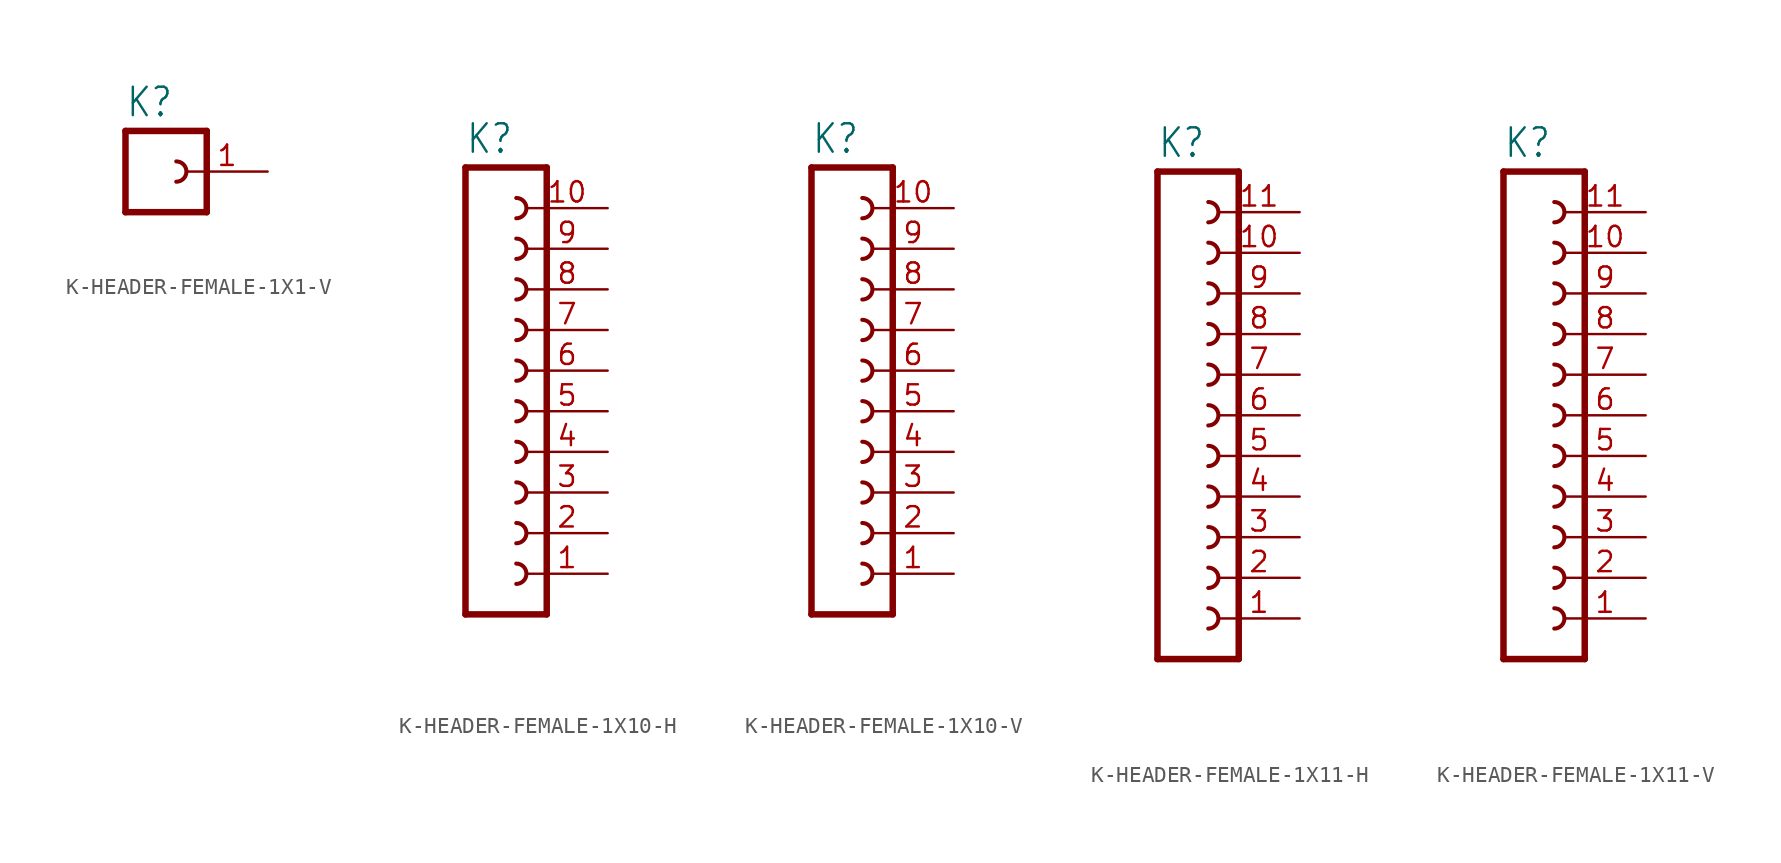
<source format=kicad_sym>
(kicad_symbol_lib
  (version 20231120)
  (generator "kicad_symbol_editor")
  (generator_version "8.0")
  (symbol "K-HEADER-FEMALE-1X1-V"
    (property "Reference" "K"
      (at -1.27 3.302 0)
      (effects (font (size 1.778 1.511)) (justify left bottom)))
    (property "Value" ""
      (at -1.27 -5.08 0)
      (effects (font (size 1.778 1.511)) (justify left bottom)))
    (property "ki_locked" ""
      (at 0 0 0)
      (effects (font (size 1.27 1.27))))
    (symbol "K-HEADER-FEMALE-1X1-V_1_0"
      (polyline (pts (xy -1.27 2.54) (xy -1.27 -2.54)) (stroke (width 0.406) (type solid)) (fill (type none)))
      (polyline (pts (xy -1.27 2.54) (xy 3.81 2.54)) (stroke (width 0.406) (type solid)) (fill (type none)))
      (polyline (pts (xy 3.81 -2.54) (xy -1.27 -2.54)) (stroke (width 0.406) (type solid)) (fill (type none)))
      (polyline (pts (xy 3.81 -2.54) (xy 3.81 2.54)) (stroke (width 0.406) (type solid)) (fill (type none)))
      (arc (start 1.905 -0.635) (mid 2.54 0) (end 1.905 0.635) (stroke (width 0.254) (type solid)) (fill (type none)))
      (pin passive line (at 7.62 0 180) (length 5.08) (name "1" (effects (font (size 0 0)))) (number "1" (effects (font (size 1.27 1.27)))))))
  (symbol "K-HEADER-FEMALE-1X10-H"
    (property "Reference" "K"
      (at -1.27 21.082 0)
      (effects (font (size 1.778 1.511)) (justify left bottom)))
    (property "Value" ""
      (at -1.27 -10.16 0)
      (effects (font (size 1.778 1.511)) (justify left bottom)))
    (property "ki_locked" ""
      (at 0 0 0)
      (effects (font (size 1.27 1.27))))
    (symbol "K-HEADER-FEMALE-1X10-H_1_0"
      (polyline (pts (xy -1.27 20.32) (xy -1.27 -7.62)) (stroke (width 0.406) (type solid)) (fill (type none)))
      (polyline (pts (xy -1.27 20.32) (xy 3.81 20.32)) (stroke (width 0.406) (type solid)) (fill (type none)))
      (polyline (pts (xy 3.81 -7.62) (xy -1.27 -7.62)) (stroke (width 0.406) (type solid)) (fill (type none)))
      (polyline (pts (xy 3.81 -7.62) (xy 3.81 20.32)) (stroke (width 0.406) (type solid)) (fill (type none)))
      (arc (start 1.905 -5.715) (mid 2.54 -5.08) (end 1.905 -4.445) (stroke (width 0.254) (type solid)) (fill (type none)))
      (arc (start 1.905 -3.175) (mid 2.54 -2.54) (end 1.905 -1.905) (stroke (width 0.254) (type solid)) (fill (type none)))
      (arc (start 1.905 -0.635) (mid 2.54 0) (end 1.905 0.635) (stroke (width 0.254) (type solid)) (fill (type none)))
      (arc (start 1.905 1.905) (mid 2.54 2.54) (end 1.905 3.175) (stroke (width 0.254) (type solid)) (fill (type none)))
      (arc (start 1.905 4.445) (mid 2.54 5.08) (end 1.905 5.715) (stroke (width 0.254) (type solid)) (fill (type none)))
      (arc (start 1.905 6.985) (mid 2.54 7.62) (end 1.905 8.255) (stroke (width 0.254) (type solid)) (fill (type none)))
      (arc (start 1.905 9.525) (mid 2.54 10.16) (end 1.905 10.795) (stroke (width 0.254) (type solid)) (fill (type none)))
      (arc (start 1.905 12.065) (mid 2.54 12.7) (end 1.905 13.335) (stroke (width 0.254) (type solid)) (fill (type none)))
      (arc (start 1.905 14.605) (mid 2.54 15.24) (end 1.905 15.875) (stroke (width 0.254) (type solid)) (fill (type none)))
      (arc (start 1.905 17.145) (mid 2.54 17.78) (end 1.905 18.415) (stroke (width 0.254) (type solid)) (fill (type none)))
      (pin passive line (at 7.62 -5.08 180) (length 5.08) (name "1" (effects (font (size 0 0)))) (number "1" (effects (font (size 1.27 1.27)))))
      (pin passive line (at 7.62 17.78 180) (length 5.08) (name "10" (effects (font (size 0 0)))) (number "10" (effects (font (size 1.27 1.27)))))
      (pin passive line (at 7.62 -2.54 180) (length 5.08) (name "2" (effects (font (size 0 0)))) (number "2" (effects (font (size 1.27 1.27)))))
      (pin passive line (at 7.62 0 180) (length 5.08) (name "3" (effects (font (size 0 0)))) (number "3" (effects (font (size 1.27 1.27)))))
      (pin passive line (at 7.62 2.54 180) (length 5.08) (name "4" (effects (font (size 0 0)))) (number "4" (effects (font (size 1.27 1.27)))))
      (pin passive line (at 7.62 5.08 180) (length 5.08) (name "5" (effects (font (size 0 0)))) (number "5" (effects (font (size 1.27 1.27)))))
      (pin passive line (at 7.62 7.62 180) (length 5.08) (name "6" (effects (font (size 0 0)))) (number "6" (effects (font (size 1.27 1.27)))))
      (pin passive line (at 7.62 10.16 180) (length 5.08) (name "7" (effects (font (size 0 0)))) (number "7" (effects (font (size 1.27 1.27)))))
      (pin passive line (at 7.62 12.7 180) (length 5.08) (name "8" (effects (font (size 0 0)))) (number "8" (effects (font (size 1.27 1.27)))))
      (pin passive line (at 7.62 15.24 180) (length 5.08) (name "9" (effects (font (size 0 0)))) (number "9" (effects (font (size 1.27 1.27)))))))
  (symbol "K-HEADER-FEMALE-1X10-V"
    (property "Reference" "K"
      (at -1.27 21.082 0)
      (effects (font (size 1.778 1.511)) (justify left bottom)))
    (property "Value" ""
      (at -1.27 -10.16 0)
      (effects (font (size 1.778 1.511)) (justify left bottom)))
    (property "ki_locked" ""
      (at 0 0 0)
      (effects (font (size 1.27 1.27))))
    (symbol "K-HEADER-FEMALE-1X10-V_1_0"
      (polyline (pts (xy -1.27 20.32) (xy -1.27 -7.62)) (stroke (width 0.406) (type solid)) (fill (type none)))
      (polyline (pts (xy -1.27 20.32) (xy 3.81 20.32)) (stroke (width 0.406) (type solid)) (fill (type none)))
      (polyline (pts (xy 3.81 -7.62) (xy -1.27 -7.62)) (stroke (width 0.406) (type solid)) (fill (type none)))
      (polyline (pts (xy 3.81 -7.62) (xy 3.81 20.32)) (stroke (width 0.406) (type solid)) (fill (type none)))
      (arc (start 1.905 -5.715) (mid 2.54 -5.08) (end 1.905 -4.445) (stroke (width 0.254) (type solid)) (fill (type none)))
      (arc (start 1.905 -3.175) (mid 2.54 -2.54) (end 1.905 -1.905) (stroke (width 0.254) (type solid)) (fill (type none)))
      (arc (start 1.905 -0.635) (mid 2.54 0) (end 1.905 0.635) (stroke (width 0.254) (type solid)) (fill (type none)))
      (arc (start 1.905 1.905) (mid 2.54 2.54) (end 1.905 3.175) (stroke (width 0.254) (type solid)) (fill (type none)))
      (arc (start 1.905 4.445) (mid 2.54 5.08) (end 1.905 5.715) (stroke (width 0.254) (type solid)) (fill (type none)))
      (arc (start 1.905 6.985) (mid 2.54 7.62) (end 1.905 8.255) (stroke (width 0.254) (type solid)) (fill (type none)))
      (arc (start 1.905 9.525) (mid 2.54 10.16) (end 1.905 10.795) (stroke (width 0.254) (type solid)) (fill (type none)))
      (arc (start 1.905 12.065) (mid 2.54 12.7) (end 1.905 13.335) (stroke (width 0.254) (type solid)) (fill (type none)))
      (arc (start 1.905 14.605) (mid 2.54 15.24) (end 1.905 15.875) (stroke (width 0.254) (type solid)) (fill (type none)))
      (arc (start 1.905 17.145) (mid 2.54 17.78) (end 1.905 18.415) (stroke (width 0.254) (type solid)) (fill (type none)))
      (pin passive line (at 7.62 -5.08 180) (length 5.08) (name "1" (effects (font (size 0 0)))) (number "1" (effects (font (size 1.27 1.27)))))
      (pin passive line (at 7.62 17.78 180) (length 5.08) (name "10" (effects (font (size 0 0)))) (number "10" (effects (font (size 1.27 1.27)))))
      (pin passive line (at 7.62 -2.54 180) (length 5.08) (name "2" (effects (font (size 0 0)))) (number "2" (effects (font (size 1.27 1.27)))))
      (pin passive line (at 7.62 0 180) (length 5.08) (name "3" (effects (font (size 0 0)))) (number "3" (effects (font (size 1.27 1.27)))))
      (pin passive line (at 7.62 2.54 180) (length 5.08) (name "4" (effects (font (size 0 0)))) (number "4" (effects (font (size 1.27 1.27)))))
      (pin passive line (at 7.62 5.08 180) (length 5.08) (name "5" (effects (font (size 0 0)))) (number "5" (effects (font (size 1.27 1.27)))))
      (pin passive line (at 7.62 7.62 180) (length 5.08) (name "6" (effects (font (size 0 0)))) (number "6" (effects (font (size 1.27 1.27)))))
      (pin passive line (at 7.62 10.16 180) (length 5.08) (name "7" (effects (font (size 0 0)))) (number "7" (effects (font (size 1.27 1.27)))))
      (pin passive line (at 7.62 12.7 180) (length 5.08) (name "8" (effects (font (size 0 0)))) (number "8" (effects (font (size 1.27 1.27)))))
      (pin passive line (at 7.62 15.24 180) (length 5.08) (name "9" (effects (font (size 0 0)))) (number "9" (effects (font (size 1.27 1.27)))))))
  (symbol "K-HEADER-FEMALE-1X11-H"
    (property "Reference" "K"
      (at -1.27 23.622 0)
      (effects (font (size 1.778 1.511)) (justify left bottom)))
    (property "Value" ""
      (at -1.27 -10.16 0)
      (effects (font (size 1.778 1.511)) (justify left bottom)))
    (property "ki_locked" ""
      (at 0 0 0)
      (effects (font (size 1.27 1.27))))
    (symbol "K-HEADER-FEMALE-1X11-H_1_0"
      (polyline (pts (xy -1.27 22.86) (xy -1.27 -7.62)) (stroke (width 0.406) (type solid)) (fill (type none)))
      (polyline (pts (xy -1.27 22.86) (xy 3.81 22.86)) (stroke (width 0.406) (type solid)) (fill (type none)))
      (polyline (pts (xy 3.81 -7.62) (xy -1.27 -7.62)) (stroke (width 0.406) (type solid)) (fill (type none)))
      (polyline (pts (xy 3.81 -7.62) (xy 3.81 22.86)) (stroke (width 0.406) (type solid)) (fill (type none)))
      (arc (start 1.905 -5.715) (mid 2.54 -5.08) (end 1.905 -4.445) (stroke (width 0.254) (type solid)) (fill (type none)))
      (arc (start 1.905 -3.175) (mid 2.54 -2.54) (end 1.905 -1.905) (stroke (width 0.254) (type solid)) (fill (type none)))
      (arc (start 1.905 -0.635) (mid 2.54 0) (end 1.905 0.635) (stroke (width 0.254) (type solid)) (fill (type none)))
      (arc (start 1.905 1.905) (mid 2.54 2.54) (end 1.905 3.175) (stroke (width 0.254) (type solid)) (fill (type none)))
      (arc (start 1.905 4.445) (mid 2.54 5.08) (end 1.905 5.715) (stroke (width 0.254) (type solid)) (fill (type none)))
      (arc (start 1.905 6.985) (mid 2.54 7.62) (end 1.905 8.255) (stroke (width 0.254) (type solid)) (fill (type none)))
      (arc (start 1.905 9.525) (mid 2.54 10.16) (end 1.905 10.795) (stroke (width 0.254) (type solid)) (fill (type none)))
      (arc (start 1.905 12.065) (mid 2.54 12.7) (end 1.905 13.335) (stroke (width 0.254) (type solid)) (fill (type none)))
      (arc (start 1.905 14.605) (mid 2.54 15.24) (end 1.905 15.875) (stroke (width 0.254) (type solid)) (fill (type none)))
      (arc (start 1.905 17.145) (mid 2.54 17.78) (end 1.905 18.415) (stroke (width 0.254) (type solid)) (fill (type none)))
      (arc (start 1.905 19.685) (mid 2.54 20.32) (end 1.905 20.955) (stroke (width 0.254) (type solid)) (fill (type none)))
      (pin passive line (at 7.62 -5.08 180) (length 5.08) (name "1" (effects (font (size 0 0)))) (number "1" (effects (font (size 1.27 1.27)))))
      (pin passive line (at 7.62 17.78 180) (length 5.08) (name "10" (effects (font (size 0 0)))) (number "10" (effects (font (size 1.27 1.27)))))
      (pin passive line (at 7.62 20.32 180) (length 5.08) (name "11" (effects (font (size 0 0)))) (number "11" (effects (font (size 1.27 1.27)))))
      (pin passive line (at 7.62 -2.54 180) (length 5.08) (name "2" (effects (font (size 0 0)))) (number "2" (effects (font (size 1.27 1.27)))))
      (pin passive line (at 7.62 0 180) (length 5.08) (name "3" (effects (font (size 0 0)))) (number "3" (effects (font (size 1.27 1.27)))))
      (pin passive line (at 7.62 2.54 180) (length 5.08) (name "4" (effects (font (size 0 0)))) (number "4" (effects (font (size 1.27 1.27)))))
      (pin passive line (at 7.62 5.08 180) (length 5.08) (name "5" (effects (font (size 0 0)))) (number "5" (effects (font (size 1.27 1.27)))))
      (pin passive line (at 7.62 7.62 180) (length 5.08) (name "6" (effects (font (size 0 0)))) (number "6" (effects (font (size 1.27 1.27)))))
      (pin passive line (at 7.62 10.16 180) (length 5.08) (name "7" (effects (font (size 0 0)))) (number "7" (effects (font (size 1.27 1.27)))))
      (pin passive line (at 7.62 12.7 180) (length 5.08) (name "8" (effects (font (size 0 0)))) (number "8" (effects (font (size 1.27 1.27)))))
      (pin passive line (at 7.62 15.24 180) (length 5.08) (name "9" (effects (font (size 0 0)))) (number "9" (effects (font (size 1.27 1.27)))))))
  (symbol "K-HEADER-FEMALE-1X11-V"
    (property "Reference" "K"
      (at -1.27 23.622 0)
      (effects (font (size 1.778 1.511)) (justify left bottom)))
    (property "Value" ""
      (at -1.27 -10.16 0)
      (effects (font (size 1.778 1.511)) (justify left bottom)))
    (property "ki_locked" ""
      (at 0 0 0)
      (effects (font (size 1.27 1.27))))
    (symbol "K-HEADER-FEMALE-1X11-V_1_0"
      (polyline (pts (xy -1.27 22.86) (xy -1.27 -7.62)) (stroke (width 0.406) (type solid)) (fill (type none)))
      (polyline (pts (xy -1.27 22.86) (xy 3.81 22.86)) (stroke (width 0.406) (type solid)) (fill (type none)))
      (polyline (pts (xy 3.81 -7.62) (xy -1.27 -7.62)) (stroke (width 0.406) (type solid)) (fill (type none)))
      (polyline (pts (xy 3.81 -7.62) (xy 3.81 22.86)) (stroke (width 0.406) (type solid)) (fill (type none)))
      (arc (start 1.905 -5.715) (mid 2.54 -5.08) (end 1.905 -4.445) (stroke (width 0.254) (type solid)) (fill (type none)))
      (arc (start 1.905 -3.175) (mid 2.54 -2.54) (end 1.905 -1.905) (stroke (width 0.254) (type solid)) (fill (type none)))
      (arc (start 1.905 -0.635) (mid 2.54 0) (end 1.905 0.635) (stroke (width 0.254) (type solid)) (fill (type none)))
      (arc (start 1.905 1.905) (mid 2.54 2.54) (end 1.905 3.175) (stroke (width 0.254) (type solid)) (fill (type none)))
      (arc (start 1.905 4.445) (mid 2.54 5.08) (end 1.905 5.715) (stroke (width 0.254) (type solid)) (fill (type none)))
      (arc (start 1.905 6.985) (mid 2.54 7.62) (end 1.905 8.255) (stroke (width 0.254) (type solid)) (fill (type none)))
      (arc (start 1.905 9.525) (mid 2.54 10.16) (end 1.905 10.795) (stroke (width 0.254) (type solid)) (fill (type none)))
      (arc (start 1.905 12.065) (mid 2.54 12.7) (end 1.905 13.335) (stroke (width 0.254) (type solid)) (fill (type none)))
      (arc (start 1.905 14.605) (mid 2.54 15.24) (end 1.905 15.875) (stroke (width 0.254) (type solid)) (fill (type none)))
      (arc (start 1.905 17.145) (mid 2.54 17.78) (end 1.905 18.415) (stroke (width 0.254) (type solid)) (fill (type none)))
      (arc (start 1.905 19.685) (mid 2.54 20.32) (end 1.905 20.955) (stroke (width 0.254) (type solid)) (fill (type none)))
      (pin passive line (at 7.62 -5.08 180) (length 5.08) (name "1" (effects (font (size 0 0)))) (number "1" (effects (font (size 1.27 1.27)))))
      (pin passive line (at 7.62 17.78 180) (length 5.08) (name "10" (effects (font (size 0 0)))) (number "10" (effects (font (size 1.27 1.27)))))
      (pin passive line (at 7.62 20.32 180) (length 5.08) (name "11" (effects (font (size 0 0)))) (number "11" (effects (font (size 1.27 1.27)))))
      (pin passive line (at 7.62 -2.54 180) (length 5.08) (name "2" (effects (font (size 0 0)))) (number "2" (effects (font (size 1.27 1.27)))))
      (pin passive line (at 7.62 0 180) (length 5.08) (name "3" (effects (font (size 0 0)))) (number "3" (effects (font (size 1.27 1.27)))))
      (pin passive line (at 7.62 2.54 180) (length 5.08) (name "4" (effects (font (size 0 0)))) (number "4" (effects (font (size 1.27 1.27)))))
      (pin passive line (at 7.62 5.08 180) (length 5.08) (name "5" (effects (font (size 0 0)))) (number "5" (effects (font (size 1.27 1.27)))))
      (pin passive line (at 7.62 7.62 180) (length 5.08) (name "6" (effects (font (size 0 0)))) (number "6" (effects (font (size 1.27 1.27)))))
      (pin passive line (at 7.62 10.16 180) (length 5.08) (name "7" (effects (font (size 0 0)))) (number "7" (effects (font (size 1.27 1.27)))))
      (pin passive line (at 7.62 12.7 180) (length 5.08) (name "8" (effects (font (size 0 0)))) (number "8" (effects (font (size 1.27 1.27)))))
      (pin passive line (at 7.62 15.24 180) (length 5.08) (name "9" (effects (font (size 0 0)))) (number "9" (effects (font (size 1.27 1.27))))))))
</source>
